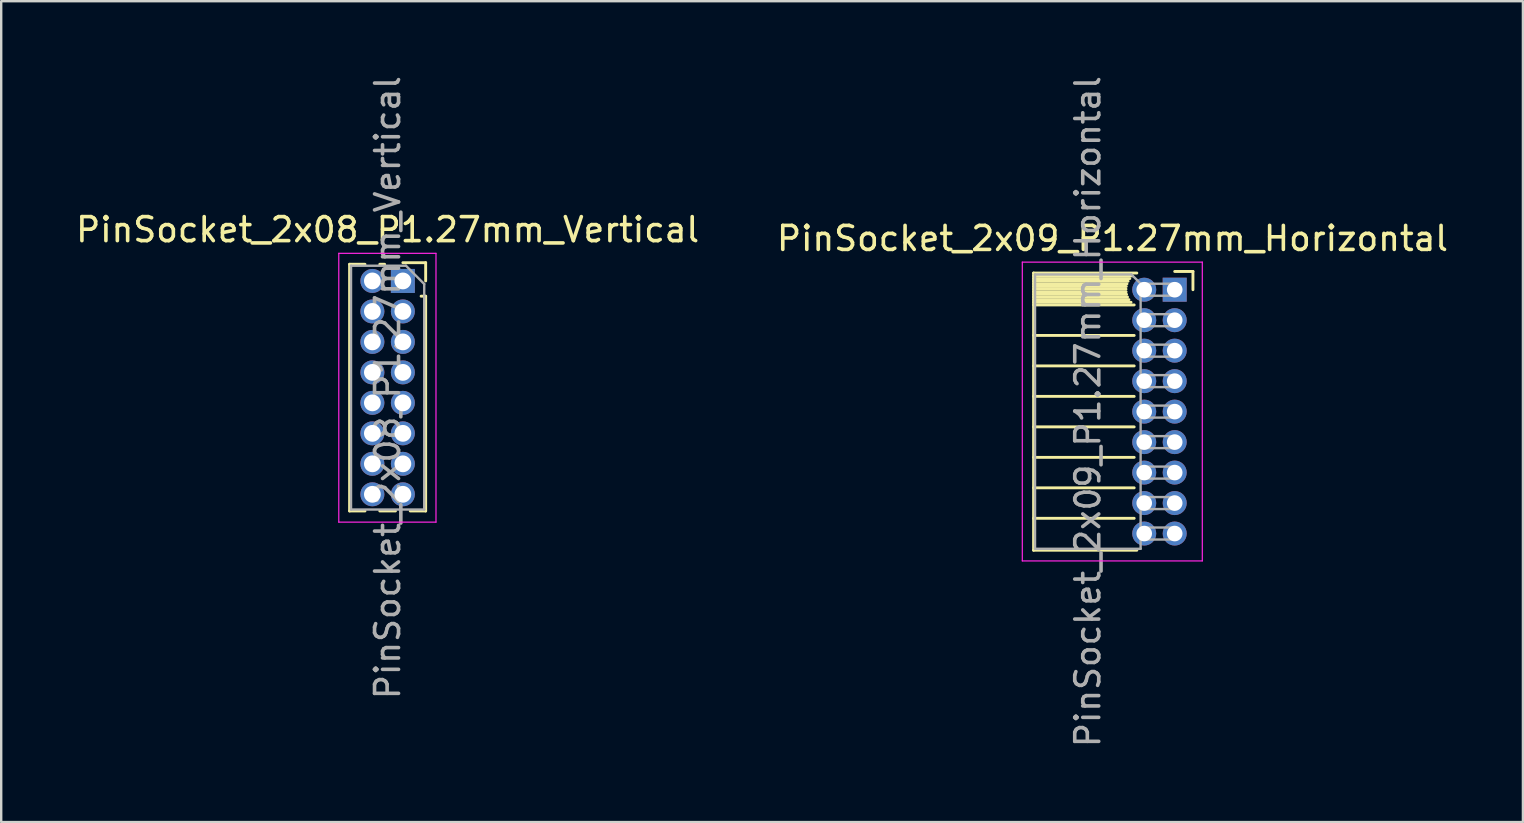
<source format=kicad_pcb>
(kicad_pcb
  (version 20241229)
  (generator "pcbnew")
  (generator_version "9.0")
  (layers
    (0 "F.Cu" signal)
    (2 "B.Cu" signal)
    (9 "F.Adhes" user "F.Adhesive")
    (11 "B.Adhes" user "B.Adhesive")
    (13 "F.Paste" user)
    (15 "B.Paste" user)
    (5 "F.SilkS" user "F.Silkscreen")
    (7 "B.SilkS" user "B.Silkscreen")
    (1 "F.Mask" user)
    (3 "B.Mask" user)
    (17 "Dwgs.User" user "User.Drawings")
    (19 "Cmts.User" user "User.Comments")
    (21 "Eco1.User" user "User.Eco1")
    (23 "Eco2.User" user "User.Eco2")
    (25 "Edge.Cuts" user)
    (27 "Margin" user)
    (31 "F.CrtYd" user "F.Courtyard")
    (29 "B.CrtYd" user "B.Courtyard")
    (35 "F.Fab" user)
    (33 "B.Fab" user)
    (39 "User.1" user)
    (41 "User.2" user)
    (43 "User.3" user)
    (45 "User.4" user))
  (footprint "PinSocket_2x08_P1.27mm_Vertical"
    (layer "F.Cu")
    (at 13.736 8.656)
    (property "Reference" "PinSocket_2x08_P1.27mm_Vertical" (at -0.635 -2.135 0) (layer "F.SilkS") (effects (font (size 1 1) (thickness 0.15))))
    (attr through_hole)
    (fp_line (start -2.22 -0.695) (end -2.22 9.585) (stroke (width 0.12) (type solid)) (layer "F.SilkS"))
    (fp_line (start -2.22 -0.695) (end -1.578 -0.695) (stroke (width 0.12) (type solid)) (layer "F.SilkS"))
    (fp_line (start -2.22 9.585) (end -1.578 9.585) (stroke (width 0.12) (type solid)) (layer "F.SilkS"))
    (fp_line (start -0.962 -0.695) (end -0.76 -0.695) (stroke (width 0.12) (type solid)) (layer "F.SilkS"))
    (fp_line (start -0.962 9.585) (end -0.308 9.585) (stroke (width 0.12) (type solid)) (layer "F.SilkS"))
    (fp_line (start 0 -0.76) (end 0.95 -0.76) (stroke (width 0.12) (type solid)) (layer "F.SilkS"))
    (fp_line (start 0.308 9.585) (end 0.95 9.585) (stroke (width 0.12) (type solid)) (layer "F.SilkS"))
    (fp_line (start 0.76 0.635) (end 0.95 0.635) (stroke (width 0.12) (type solid)) (layer "F.SilkS"))
    (fp_line (start 0.95 -0.76) (end 0.95 0) (stroke (width 0.12) (type solid)) (layer "F.SilkS"))
    (fp_line (start 0.95 0.635) (end 0.95 9.585) (stroke (width 0.12) (type solid)) (layer "F.SilkS"))
    (fp_line (start -2.67 -1.15) (end 1.38 -1.15) (stroke (width 0.05) (type solid)) (layer "F.CrtYd"))
    (fp_line (start -2.67 10.05) (end -2.67 -1.15) (stroke (width 0.05) (type solid)) (layer "F.CrtYd"))
    (fp_line (start 1.38 -1.15) (end 1.38 10.05) (stroke (width 0.05) (type solid)) (layer "F.CrtYd"))
    (fp_line (start 1.38 10.05) (end -2.67 10.05) (stroke (width 0.05) (type solid)) (layer "F.CrtYd"))
    (fp_line (start -2.16 -0.635) (end 0.128 -0.635) (stroke (width 0.1) (type solid)) (layer "F.Fab"))
    (fp_line (start -2.16 9.525) (end -2.16 -0.635) (stroke (width 0.1) (type solid)) (layer "F.Fab"))
    (fp_line (start 0.128 -0.635) (end 0.89 0.128) (stroke (width 0.1) (type solid)) (layer "F.Fab"))
    (fp_line (start 0.89 0.128) (end 0.89 9.525) (stroke (width 0.1) (type solid)) (layer "F.Fab"))
    (fp_line (start 0.89 9.525) (end -2.16 9.525) (stroke (width 0.1) (type solid)) (layer "F.Fab"))
    (fp_text user "${REFERENCE}" (at -0.635 4.445 90) (layer "F.Fab") (effects (font (size 1 1) (thickness 0.15))))
    (pad "1" thru_hole rect (at 0 0) (size 1 1) (drill 0.7) (layers "*.Cu" "*.Mask"))
    (pad "2" thru_hole oval (at -1.27 0) (size 1 1) (drill 0.7) (layers "*.Cu" "*.Mask"))
    (pad "3" thru_hole oval (at 0 1.27) (size 1 1) (drill 0.7) (layers "*.Cu" "*.Mask"))
    (pad "4" thru_hole oval (at -1.27 1.27) (size 1 1) (drill 0.7) (layers "*.Cu" "*.Mask"))
    (pad "5" thru_hole oval (at 0 2.54) (size 1 1) (drill 0.7) (layers "*.Cu" "*.Mask"))
    (pad "6" thru_hole oval (at -1.27 2.54) (size 1 1) (drill 0.7) (layers "*.Cu" "*.Mask"))
    (pad "7" thru_hole oval (at 0 3.81) (size 1 1) (drill 0.7) (layers "*.Cu" "*.Mask"))
    (pad "8" thru_hole oval (at -1.27 3.81) (size 1 1) (drill 0.7) (layers "*.Cu" "*.Mask"))
    (pad "9" thru_hole oval (at 0 5.08) (size 1 1) (drill 0.7) (layers "*.Cu" "*.Mask"))
    (pad "10" thru_hole oval (at -1.27 5.08) (size 1 1) (drill 0.7) (layers "*.Cu" "*.Mask"))
    (pad "11" thru_hole oval (at 0 6.35) (size 1 1) (drill 0.7) (layers "*.Cu" "*.Mask"))
    (pad "12" thru_hole oval (at -1.27 6.35) (size 1 1) (drill 0.7) (layers "*.Cu" "*.Mask"))
    (pad "13" thru_hole oval (at 0 7.62) (size 1 1) (drill 0.7) (layers "*.Cu" "*.Mask"))
    (pad "14" thru_hole oval (at -1.27 7.62) (size 1 1) (drill 0.7) (layers "*.Cu" "*.Mask"))
    (pad "15" thru_hole oval (at 0 8.89) (size 1 1) (drill 0.7) (layers "*.Cu" "*.Mask"))
    (pad "16" thru_hole oval (at -1.27 8.89) (size 1 1) (drill 0.7) (layers "*.Cu" "*.Mask")))
  (footprint "PinSocket_2x09_P1.27mm_Horizontal"
    (layer "F.Cu")
    (at 45.896 9.021)
    (property "Reference" "PinSocket_2x09_P1.27mm_Horizontal" (at -2.592 -2.135 0) (layer "F.SilkS") (effects (font (size 1 1) (thickness 0.15))))
    (attr through_hole)
    (fp_line (start -5.88 -0.695) (end -5.88 10.855) (stroke (width 0.12) (type solid)) (layer "F.SilkS"))
    (fp_line (start -5.88 -0.695) (end -1.578 -0.695) (stroke (width 0.12) (type solid)) (layer "F.SilkS"))
    (fp_line (start -5.88 -0.575) (end -1.767 -0.575) (stroke (width 0.12) (type solid)) (layer "F.SilkS"))
    (fp_line (start -5.88 -0.465) (end -1.871 -0.465) (stroke (width 0.12) (type solid)) (layer "F.SilkS"))
    (fp_line (start -5.88 -0.355) (end -1.942 -0.355) (stroke (width 0.12) (type solid)) (layer "F.SilkS"))
    (fp_line (start -5.88 -0.245) (end -1.989 -0.245) (stroke (width 0.12) (type solid)) (layer "F.SilkS"))
    (fp_line (start -5.88 -0.135) (end -2.018 -0.135) (stroke (width 0.12) (type solid)) (layer "F.SilkS"))
    (fp_line (start -5.88 -0.025) (end -2.03 -0.025) (stroke (width 0.12) (type solid)) (layer "F.SilkS"))
    (fp_line (start -5.88 0.085) (end -2.025 0.085) (stroke (width 0.12) (type solid)) (layer "F.SilkS"))
    (fp_line (start -5.88 0.195) (end -2.005 0.195) (stroke (width 0.12) (type solid)) (layer "F.SilkS"))
    (fp_line (start -5.88 0.305) (end -1.966 0.305) (stroke (width 0.12) (type solid)) (layer "F.SilkS"))
    (fp_line (start -5.88 0.415) (end -1.907 0.415) (stroke (width 0.12) (type solid)) (layer "F.SilkS"))
    (fp_line (start -5.88 0.525) (end -1.82 0.525) (stroke (width 0.12) (type solid)) (layer "F.SilkS"))
    (fp_line (start -5.88 0.635) (end -1.688 0.635) (stroke (width 0.12) (type solid)) (layer "F.SilkS"))
    (fp_line (start -5.88 1.905) (end -1.688 1.905) (stroke (width 0.12) (type solid)) (layer "F.SilkS"))
    (fp_line (start -5.88 3.175) (end -1.688 3.175) (stroke (width 0.12) (type solid)) (layer "F.SilkS"))
    (fp_line (start -5.88 4.445) (end -1.688 4.445) (stroke (width 0.12) (type solid)) (layer "F.SilkS"))
    (fp_line (start -5.88 5.715) (end -1.688 5.715) (stroke (width 0.12) (type solid)) (layer "F.SilkS"))
    (fp_line (start -5.88 6.985) (end -1.688 6.985) (stroke (width 0.12) (type solid)) (layer "F.SilkS"))
    (fp_line (start -5.88 8.255) (end -1.688 8.255) (stroke (width 0.12) (type solid)) (layer "F.SilkS"))
    (fp_line (start -5.88 9.525) (end -1.688 9.525) (stroke (width 0.12) (type solid)) (layer "F.SilkS"))
    (fp_line (start -5.88 10.855) (end -1.578 10.855) (stroke (width 0.12) (type solid)) (layer "F.SilkS"))
    (fp_line (start 0 -0.76) (end 0.76 -0.76) (stroke (width 0.12) (type solid)) (layer "F.SilkS"))
    (fp_line (start 0.76 -0.76) (end 0.76 0) (stroke (width 0.12) (type solid)) (layer "F.SilkS"))
    (fp_line (start -6.35 -1.15) (end -6.35 11.3) (stroke (width 0.05) (type solid)) (layer "F.CrtYd"))
    (fp_line (start -6.35 11.3) (end 1.15 11.3) (stroke (width 0.05) (type solid)) (layer "F.CrtYd"))
    (fp_line (start 1.15 -1.15) (end -6.35 -1.15) (stroke (width 0.05) (type solid)) (layer "F.CrtYd"))
    (fp_line (start 1.15 11.3) (end 1.15 -1.15) (stroke (width 0.05) (type solid)) (layer "F.CrtYd"))
    (fp_line (start -5.82 -0.635) (end -1.805 -0.635) (stroke (width 0.1) (type solid)) (layer "F.Fab"))
    (fp_line (start -5.82 10.795) (end -5.82 -0.635) (stroke (width 0.1) (type solid)) (layer "F.Fab"))
    (fp_line (start -1.805 -0.635) (end -1.42 -0.25) (stroke (width 0.1) (type solid)) (layer "F.Fab"))
    (fp_line (start -1.42 -0.25) (end -1.42 10.795) (stroke (width 0.1) (type solid)) (layer "F.Fab"))
    (fp_line (start -1.42 0.25) (end 0 0.25) (stroke (width 0.1) (type solid)) (layer "F.Fab"))
    (fp_line (start -1.42 1.52) (end 0 1.52) (stroke (width 0.1) (type solid)) (layer "F.Fab"))
    (fp_line (start -1.42 2.79) (end 0 2.79) (stroke (width 0.1) (type solid)) (layer "F.Fab"))
    (fp_line (start -1.42 4.06) (end 0 4.06) (stroke (width 0.1) (type solid)) (layer "F.Fab"))
    (fp_line (start -1.42 5.33) (end 0 5.33) (stroke (width 0.1) (type solid)) (layer "F.Fab"))
    (fp_line (start -1.42 6.6) (end 0 6.6) (stroke (width 0.1) (type solid)) (layer "F.Fab"))
    (fp_line (start -1.42 7.87) (end 0 7.87) (stroke (width 0.1) (type solid)) (layer "F.Fab"))
    (fp_line (start -1.42 9.14) (end 0 9.14) (stroke (width 0.1) (type solid)) (layer "F.Fab"))
    (fp_line (start -1.42 10.41) (end 0 10.41) (stroke (width 0.1) (type solid)) (layer "F.Fab"))
    (fp_line (start -1.42 10.795) (end -5.82 10.795) (stroke (width 0.1) (type solid)) (layer "F.Fab"))
    (fp_line (start 0 -0.25) (end -1.42 -0.25) (stroke (width 0.1) (type solid)) (layer "F.Fab"))
    (fp_line (start 0 0.25) (end 0 -0.25) (stroke (width 0.1) (type solid)) (layer "F.Fab"))
    (fp_line (start 0 1.02) (end -1.42 1.02) (stroke (width 0.1) (type solid)) (layer "F.Fab"))
    (fp_line (start 0 1.52) (end 0 1.02) (stroke (width 0.1) (type solid)) (layer "F.Fab"))
    (fp_line (start 0 2.29) (end -1.42 2.29) (stroke (width 0.1) (type solid)) (layer "F.Fab"))
    (fp_line (start 0 2.79) (end 0 2.29) (stroke (width 0.1) (type solid)) (layer "F.Fab"))
    (fp_line (start 0 3.56) (end -1.42 3.56) (stroke (width 0.1) (type solid)) (layer "F.Fab"))
    (fp_line (start 0 4.06) (end 0 3.56) (stroke (width 0.1) (type solid)) (layer "F.Fab"))
    (fp_line (start 0 4.83) (end -1.42 4.83) (stroke (width 0.1) (type solid)) (layer "F.Fab"))
    (fp_line (start 0 5.33) (end 0 4.83) (stroke (width 0.1) (type solid)) (layer "F.Fab"))
    (fp_line (start 0 6.1) (end -1.42 6.1) (stroke (width 0.1) (type solid)) (layer "F.Fab"))
    (fp_line (start 0 6.6) (end 0 6.1) (stroke (width 0.1) (type solid)) (layer "F.Fab"))
    (fp_line (start 0 7.37) (end -1.42 7.37) (stroke (width 0.1) (type solid)) (layer "F.Fab"))
    (fp_line (start 0 7.87) (end 0 7.37) (stroke (width 0.1) (type solid)) (layer "F.Fab"))
    (fp_line (start 0 8.64) (end -1.42 8.64) (stroke (width 0.1) (type solid)) (layer "F.Fab"))
    (fp_line (start 0 9.14) (end 0 8.64) (stroke (width 0.1) (type solid)) (layer "F.Fab"))
    (fp_line (start 0 9.91) (end -1.42 9.91) (stroke (width 0.1) (type solid)) (layer "F.Fab"))
    (fp_line (start 0 10.41) (end 0 9.91) (stroke (width 0.1) (type solid)) (layer "F.Fab"))
    (fp_text user "${REFERENCE}" (at -3.62 5.08 90) (layer "F.Fab") (effects (font (size 1 1) (thickness 0.15))))
    (pad "1" thru_hole rect (at 0 0) (size 1 1) (drill 0.65) (layers "*.Cu" "*.Mask"))
    (pad "2" thru_hole oval (at -1.27 0) (size 1 1) (drill 0.65) (layers "*.Cu" "*.Mask"))
    (pad "3" thru_hole oval (at 0 1.27) (size 1 1) (drill 0.65) (layers "*.Cu" "*.Mask"))
    (pad "4" thru_hole oval (at -1.27 1.27) (size 1 1) (drill 0.65) (layers "*.Cu" "*.Mask"))
    (pad "5" thru_hole oval (at 0 2.54) (size 1 1) (drill 0.65) (layers "*.Cu" "*.Mask"))
    (pad "6" thru_hole oval (at -1.27 2.54) (size 1 1) (drill 0.65) (layers "*.Cu" "*.Mask"))
    (pad "7" thru_hole oval (at 0 3.81) (size 1 1) (drill 0.65) (layers "*.Cu" "*.Mask"))
    (pad "8" thru_hole oval (at -1.27 3.81) (size 1 1) (drill 0.65) (layers "*.Cu" "*.Mask"))
    (pad "9" thru_hole oval (at 0 5.08) (size 1 1) (drill 0.65) (layers "*.Cu" "*.Mask"))
    (pad "10" thru_hole oval (at -1.27 5.08) (size 1 1) (drill 0.65) (layers "*.Cu" "*.Mask"))
    (pad "11" thru_hole oval (at 0 6.35) (size 1 1) (drill 0.65) (layers "*.Cu" "*.Mask"))
    (pad "12" thru_hole oval (at -1.27 6.35) (size 1 1) (drill 0.65) (layers "*.Cu" "*.Mask"))
    (pad "13" thru_hole oval (at 0 7.62) (size 1 1) (drill 0.65) (layers "*.Cu" "*.Mask"))
    (pad "14" thru_hole oval (at -1.27 7.62) (size 1 1) (drill 0.65) (layers "*.Cu" "*.Mask"))
    (pad "15" thru_hole oval (at 0 8.89) (size 1 1) (drill 0.65) (layers "*.Cu" "*.Mask"))
    (pad "16" thru_hole oval (at -1.27 8.89) (size 1 1) (drill 0.65) (layers "*.Cu" "*.Mask"))
    (pad "17" thru_hole oval (at 0 10.16) (size 1 1) (drill 0.65) (layers "*.Cu" "*.Mask"))
    (pad "18" thru_hole oval (at -1.27 10.16) (size 1 1) (drill 0.65) (layers "*.Cu" "*.Mask")))
  (gr_rect
    (start -3 -3)
    (end 60.405 31.202)
    (stroke (width 0.1) (type default))
    (fill no)
    (layer "Edge.Cuts")))
</source>
